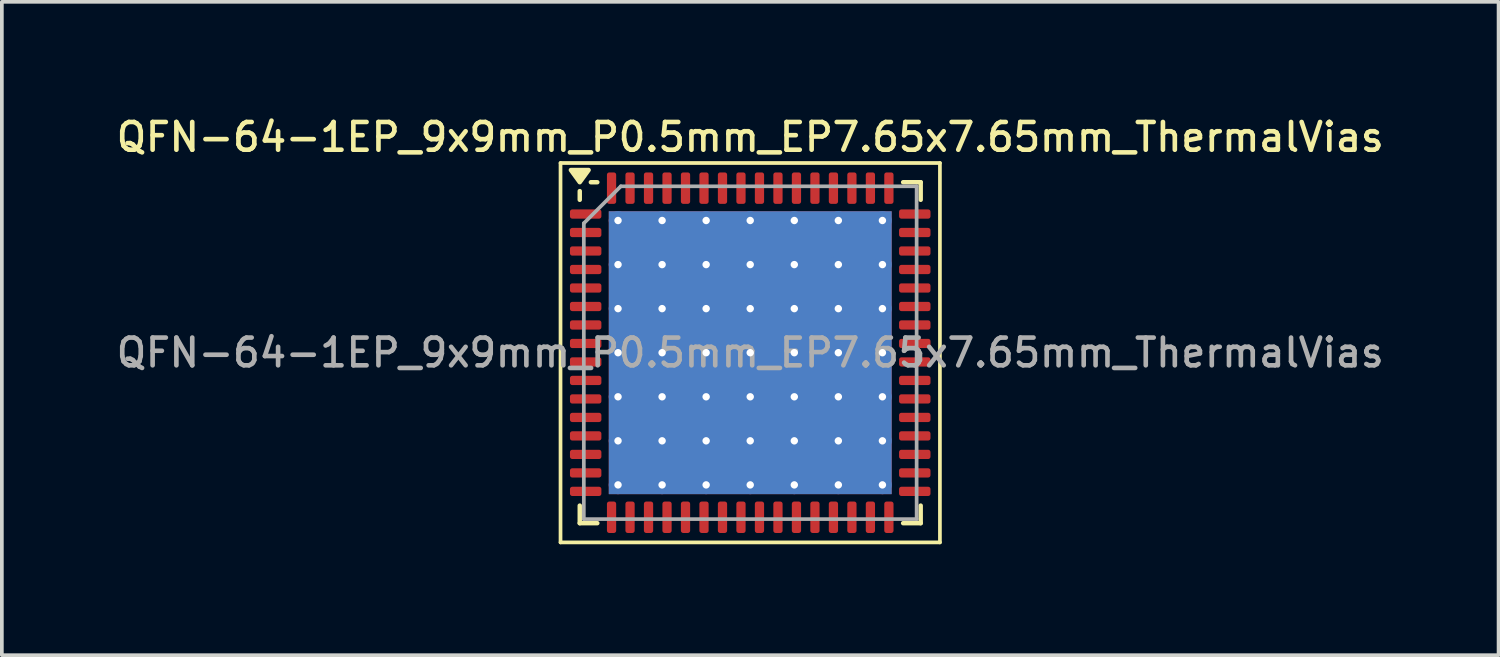
<source format=kicad_pcb>
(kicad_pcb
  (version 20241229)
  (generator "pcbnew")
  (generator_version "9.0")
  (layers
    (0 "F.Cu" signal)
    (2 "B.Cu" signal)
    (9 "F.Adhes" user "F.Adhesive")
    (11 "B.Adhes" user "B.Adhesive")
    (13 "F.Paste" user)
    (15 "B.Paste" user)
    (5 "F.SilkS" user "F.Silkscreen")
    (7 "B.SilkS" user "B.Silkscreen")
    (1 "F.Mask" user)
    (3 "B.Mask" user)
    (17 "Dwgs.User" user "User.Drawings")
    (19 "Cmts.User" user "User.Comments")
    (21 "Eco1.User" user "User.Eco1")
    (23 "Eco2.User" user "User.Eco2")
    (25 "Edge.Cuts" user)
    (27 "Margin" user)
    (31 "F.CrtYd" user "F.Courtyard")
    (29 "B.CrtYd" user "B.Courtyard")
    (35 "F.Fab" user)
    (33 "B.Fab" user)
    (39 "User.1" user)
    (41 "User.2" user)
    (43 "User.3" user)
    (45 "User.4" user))
  (footprint "QFN-64-1EP_9x9mm_P0.5mm_EP7.65x7.65mm_ThermalVias"
    (layer "F.Cu")
    (at 17.238 6.488)
    (property "Reference" "QFN-64-1EP_9x9mm_P0.5mm_EP7.65x7.65mm_ThermalVias" (at 0 -5.83 0) (layer "F.SilkS") (effects (font (size 0.75 0.75) (thickness 0.125))))
    (attr smd)
    (fp_line (start -5.13 -5.13) (end -5.13 5.13) (stroke (width 0.1) (type solid)) (layer "F.SilkS"))
    (fp_line (start -5.13 5.13) (end 5.13 5.13) (stroke (width 0.1) (type solid)) (layer "F.SilkS"))
    (fp_line (start -4.61 -4.135) (end -4.61 -4.37) (stroke (width 0.12) (type solid)) (layer "F.SilkS"))
    (fp_line (start -4.61 4.61) (end -4.61 4.135) (stroke (width 0.12) (type solid)) (layer "F.SilkS"))
    (fp_line (start -4.135 -4.61) (end -4.31 -4.61) (stroke (width 0.12) (type solid)) (layer "F.SilkS"))
    (fp_line (start -4.135 4.61) (end -4.61 4.61) (stroke (width 0.12) (type solid)) (layer "F.SilkS"))
    (fp_line (start 4.135 -4.61) (end 4.61 -4.61) (stroke (width 0.12) (type solid)) (layer "F.SilkS"))
    (fp_line (start 4.135 4.61) (end 4.61 4.61) (stroke (width 0.12) (type solid)) (layer "F.SilkS"))
    (fp_line (start 4.61 -4.61) (end 4.61 -4.135) (stroke (width 0.12) (type solid)) (layer "F.SilkS"))
    (fp_line (start 4.61 4.61) (end 4.61 4.135) (stroke (width 0.12) (type solid)) (layer "F.SilkS"))
    (fp_line (start 5.13 -5.13) (end -5.13 -5.13) (stroke (width 0.1) (type solid)) (layer "F.SilkS"))
    (fp_line (start 5.13 5.13) (end 5.13 -5.13) (stroke (width 0.1) (type solid)) (layer "F.SilkS"))
    (fp_poly (pts (xy -4.61 -4.61) (xy -4.85 -4.94) (xy -4.37 -4.94) (xy -4.61 -4.61)) (stroke (width 0.12) (type solid)) (fill yes) (layer "F.SilkS"))
    (fp_line (start -4.5 -3.5) (end -3.5 -4.5) (stroke (width 0.1) (type solid)) (layer "F.Fab"))
    (fp_line (start -4.5 4.5) (end -4.5 -3.5) (stroke (width 0.1) (type solid)) (layer "F.Fab"))
    (fp_line (start -3.5 -4.5) (end 4.5 -4.5) (stroke (width 0.1) (type solid)) (layer "F.Fab"))
    (fp_line (start 4.5 -4.5) (end 4.5 4.5) (stroke (width 0.1) (type solid)) (layer "F.Fab"))
    (fp_line (start 4.5 4.5) (end -4.5 4.5) (stroke (width 0.1) (type solid)) (layer "F.Fab"))
    (fp_text user "${REFERENCE}" (at 0 0 0) (layer "F.Fab") (effects (font (size 0.75 0.75) (thickness 0.125))))
    (pad "" smd roundrect (at -2.979 -2.979) (size 1.028 1.028) (layers "F.Paste") (roundrect_rratio 0.243))
    (pad "" smd roundrect (at -2.979 -1.788) (size 1.028 1.028) (layers "F.Paste") (roundrect_rratio 0.243))
    (pad "" smd roundrect (at -2.979 -0.596) (size 1.028 1.028) (layers "F.Paste") (roundrect_rratio 0.243))
    (pad "" smd roundrect (at -2.979 0.596) (size 1.028 1.028) (layers "F.Paste") (roundrect_rratio 0.243))
    (pad "" smd roundrect (at -2.979 1.788) (size 1.028 1.028) (layers "F.Paste") (roundrect_rratio 0.243))
    (pad "" smd roundrect (at -2.979 2.979) (size 1.028 1.028) (layers "F.Paste") (roundrect_rratio 0.243))
    (pad "" smd roundrect (at -1.788 -2.979) (size 1.028 1.028) (layers "F.Paste") (roundrect_rratio 0.243))
    (pad "" smd roundrect (at -1.788 -1.788) (size 1.028 1.028) (layers "F.Paste") (roundrect_rratio 0.243))
    (pad "" smd roundrect (at -1.788 -0.596) (size 1.028 1.028) (layers "F.Paste") (roundrect_rratio 0.243))
    (pad "" smd roundrect (at -1.788 0.596) (size 1.028 1.028) (layers "F.Paste") (roundrect_rratio 0.243))
    (pad "" smd roundrect (at -1.788 1.788) (size 1.028 1.028) (layers "F.Paste") (roundrect_rratio 0.243))
    (pad "" smd roundrect (at -1.788 2.979) (size 1.028 1.028) (layers "F.Paste") (roundrect_rratio 0.243))
    (pad "" smd roundrect (at -0.596 -2.979) (size 1.028 1.028) (layers "F.Paste") (roundrect_rratio 0.243))
    (pad "" smd roundrect (at -0.596 -1.788) (size 1.028 1.028) (layers "F.Paste") (roundrect_rratio 0.243))
    (pad "" smd roundrect (at -0.596 -0.596) (size 1.028 1.028) (layers "F.Paste") (roundrect_rratio 0.243))
    (pad "" smd roundrect (at -0.596 0.596) (size 1.028 1.028) (layers "F.Paste") (roundrect_rratio 0.243))
    (pad "" smd roundrect (at -0.596 1.788) (size 1.028 1.028) (layers "F.Paste") (roundrect_rratio 0.243))
    (pad "" smd roundrect (at -0.596 2.979) (size 1.028 1.028) (layers "F.Paste") (roundrect_rratio 0.243))
    (pad "" smd roundrect (at 0.596 -2.979) (size 1.028 1.028) (layers "F.Paste") (roundrect_rratio 0.243))
    (pad "" smd roundrect (at 0.596 -1.788) (size 1.028 1.028) (layers "F.Paste") (roundrect_rratio 0.243))
    (pad "" smd roundrect (at 0.596 -0.596) (size 1.028 1.028) (layers "F.Paste") (roundrect_rratio 0.243))
    (pad "" smd roundrect (at 0.596 0.596) (size 1.028 1.028) (layers "F.Paste") (roundrect_rratio 0.243))
    (pad "" smd roundrect (at 0.596 1.788) (size 1.028 1.028) (layers "F.Paste") (roundrect_rratio 0.243))
    (pad "" smd roundrect (at 0.596 2.979) (size 1.028 1.028) (layers "F.Paste") (roundrect_rratio 0.243))
    (pad "" smd roundrect (at 1.788 -2.979) (size 1.028 1.028) (layers "F.Paste") (roundrect_rratio 0.243))
    (pad "" smd roundrect (at 1.788 -1.788) (size 1.028 1.028) (layers "F.Paste") (roundrect_rratio 0.243))
    (pad "" smd roundrect (at 1.788 -0.596) (size 1.028 1.028) (layers "F.Paste") (roundrect_rratio 0.243))
    (pad "" smd roundrect (at 1.788 0.596) (size 1.028 1.028) (layers "F.Paste") (roundrect_rratio 0.243))
    (pad "" smd roundrect (at 1.788 1.788) (size 1.028 1.028) (layers "F.Paste") (roundrect_rratio 0.243))
    (pad "" smd roundrect (at 1.788 2.979) (size 1.028 1.028) (layers "F.Paste") (roundrect_rratio 0.243))
    (pad "" smd roundrect (at 2.979 -2.979) (size 1.028 1.028) (layers "F.Paste") (roundrect_rratio 0.243))
    (pad "" smd roundrect (at 2.979 -1.788) (size 1.028 1.028) (layers "F.Paste") (roundrect_rratio 0.243))
    (pad "" smd roundrect (at 2.979 -0.596) (size 1.028 1.028) (layers "F.Paste") (roundrect_rratio 0.243))
    (pad "" smd roundrect (at 2.979 0.596) (size 1.028 1.028) (layers "F.Paste") (roundrect_rratio 0.243))
    (pad "" smd roundrect (at 2.979 1.788) (size 1.028 1.028) (layers "F.Paste") (roundrect_rratio 0.243))
    (pad "" smd roundrect (at 2.979 2.979) (size 1.028 1.028) (layers "F.Paste") (roundrect_rratio 0.243))
    (pad "1" smd roundrect (at -4.45 -3.75) (size 0.85 0.25) (layers "F.Cu" "F.Mask" "F.Paste") (roundrect_rratio 0.25))
    (pad "2" smd roundrect (at -4.45 -3.25) (size 0.85 0.25) (layers "F.Cu" "F.Mask" "F.Paste") (roundrect_rratio 0.25))
    (pad "3" smd roundrect (at -4.45 -2.75) (size 0.85 0.25) (layers "F.Cu" "F.Mask" "F.Paste") (roundrect_rratio 0.25))
    (pad "4" smd roundrect (at -4.45 -2.25) (size 0.85 0.25) (layers "F.Cu" "F.Mask" "F.Paste") (roundrect_rratio 0.25))
    (pad "5" smd roundrect (at -4.45 -1.75) (size 0.85 0.25) (layers "F.Cu" "F.Mask" "F.Paste") (roundrect_rratio 0.25))
    (pad "6" smd roundrect (at -4.45 -1.25) (size 0.85 0.25) (layers "F.Cu" "F.Mask" "F.Paste") (roundrect_rratio 0.25))
    (pad "7" smd roundrect (at -4.45 -0.75) (size 0.85 0.25) (layers "F.Cu" "F.Mask" "F.Paste") (roundrect_rratio 0.25))
    (pad "8" smd roundrect (at -4.45 -0.25) (size 0.85 0.25) (layers "F.Cu" "F.Mask" "F.Paste") (roundrect_rratio 0.25))
    (pad "9" smd roundrect (at -4.45 0.25) (size 0.85 0.25) (layers "F.Cu" "F.Mask" "F.Paste") (roundrect_rratio 0.25))
    (pad "10" smd roundrect (at -4.45 0.75) (size 0.85 0.25) (layers "F.Cu" "F.Mask" "F.Paste") (roundrect_rratio 0.25))
    (pad "11" smd roundrect (at -4.45 1.25) (size 0.85 0.25) (layers "F.Cu" "F.Mask" "F.Paste") (roundrect_rratio 0.25))
    (pad "12" smd roundrect (at -4.45 1.75) (size 0.85 0.25) (layers "F.Cu" "F.Mask" "F.Paste") (roundrect_rratio 0.25))
    (pad "13" smd roundrect (at -4.45 2.25) (size 0.85 0.25) (layers "F.Cu" "F.Mask" "F.Paste") (roundrect_rratio 0.25))
    (pad "14" smd roundrect (at -4.45 2.75) (size 0.85 0.25) (layers "F.Cu" "F.Mask" "F.Paste") (roundrect_rratio 0.25))
    (pad "15" smd roundrect (at -4.45 3.25) (size 0.85 0.25) (layers "F.Cu" "F.Mask" "F.Paste") (roundrect_rratio 0.25))
    (pad "16" smd roundrect (at -4.45 3.75) (size 0.85 0.25) (layers "F.Cu" "F.Mask" "F.Paste") (roundrect_rratio 0.25))
    (pad "17" smd roundrect (at -3.75 4.45) (size 0.25 0.85) (layers "F.Cu" "F.Mask" "F.Paste") (roundrect_rratio 0.25))
    (pad "18" smd roundrect (at -3.25 4.45) (size 0.25 0.85) (layers "F.Cu" "F.Mask" "F.Paste") (roundrect_rratio 0.25))
    (pad "19" smd roundrect (at -2.75 4.45) (size 0.25 0.85) (layers "F.Cu" "F.Mask" "F.Paste") (roundrect_rratio 0.25))
    (pad "20" smd roundrect (at -2.25 4.45) (size 0.25 0.85) (layers "F.Cu" "F.Mask" "F.Paste") (roundrect_rratio 0.25))
    (pad "21" smd roundrect (at -1.75 4.45) (size 0.25 0.85) (layers "F.Cu" "F.Mask" "F.Paste") (roundrect_rratio 0.25))
    (pad "22" smd roundrect (at -1.25 4.45) (size 0.25 0.85) (layers "F.Cu" "F.Mask" "F.Paste") (roundrect_rratio 0.25))
    (pad "23" smd roundrect (at -0.75 4.45) (size 0.25 0.85) (layers "F.Cu" "F.Mask" "F.Paste") (roundrect_rratio 0.25))
    (pad "24" smd roundrect (at -0.25 4.45) (size 0.25 0.85) (layers "F.Cu" "F.Mask" "F.Paste") (roundrect_rratio 0.25))
    (pad "25" smd roundrect (at 0.25 4.45) (size 0.25 0.85) (layers "F.Cu" "F.Mask" "F.Paste") (roundrect_rratio 0.25))
    (pad "26" smd roundrect (at 0.75 4.45) (size 0.25 0.85) (layers "F.Cu" "F.Mask" "F.Paste") (roundrect_rratio 0.25))
    (pad "27" smd roundrect (at 1.25 4.45) (size 0.25 0.85) (layers "F.Cu" "F.Mask" "F.Paste") (roundrect_rratio 0.25))
    (pad "28" smd roundrect (at 1.75 4.45) (size 0.25 0.85) (layers "F.Cu" "F.Mask" "F.Paste") (roundrect_rratio 0.25))
    (pad "29" smd roundrect (at 2.25 4.45) (size 0.25 0.85) (layers "F.Cu" "F.Mask" "F.Paste") (roundrect_rratio 0.25))
    (pad "30" smd roundrect (at 2.75 4.45) (size 0.25 0.85) (layers "F.Cu" "F.Mask" "F.Paste") (roundrect_rratio 0.25))
    (pad "31" smd roundrect (at 3.25 4.45) (size 0.25 0.85) (layers "F.Cu" "F.Mask" "F.Paste") (roundrect_rratio 0.25))
    (pad "32" smd roundrect (at 3.75 4.45) (size 0.25 0.85) (layers "F.Cu" "F.Mask" "F.Paste") (roundrect_rratio 0.25))
    (pad "33" smd roundrect (at 4.45 3.75) (size 0.85 0.25) (layers "F.Cu" "F.Mask" "F.Paste") (roundrect_rratio 0.25))
    (pad "34" smd roundrect (at 4.45 3.25) (size 0.85 0.25) (layers "F.Cu" "F.Mask" "F.Paste") (roundrect_rratio 0.25))
    (pad "35" smd roundrect (at 4.45 2.75) (size 0.85 0.25) (layers "F.Cu" "F.Mask" "F.Paste") (roundrect_rratio 0.25))
    (pad "36" smd roundrect (at 4.45 2.25) (size 0.85 0.25) (layers "F.Cu" "F.Mask" "F.Paste") (roundrect_rratio 0.25))
    (pad "37" smd roundrect (at 4.45 1.75) (size 0.85 0.25) (layers "F.Cu" "F.Mask" "F.Paste") (roundrect_rratio 0.25))
    (pad "38" smd roundrect (at 4.45 1.25) (size 0.85 0.25) (layers "F.Cu" "F.Mask" "F.Paste") (roundrect_rratio 0.25))
    (pad "39" smd roundrect (at 4.45 0.75) (size 0.85 0.25) (layers "F.Cu" "F.Mask" "F.Paste") (roundrect_rratio 0.25))
    (pad "40" smd roundrect (at 4.45 0.25) (size 0.85 0.25) (layers "F.Cu" "F.Mask" "F.Paste") (roundrect_rratio 0.25))
    (pad "41" smd roundrect (at 4.45 -0.25) (size 0.85 0.25) (layers "F.Cu" "F.Mask" "F.Paste") (roundrect_rratio 0.25))
    (pad "42" smd roundrect (at 4.45 -0.75) (size 0.85 0.25) (layers "F.Cu" "F.Mask" "F.Paste") (roundrect_rratio 0.25))
    (pad "43" smd roundrect (at 4.45 -1.25) (size 0.85 0.25) (layers "F.Cu" "F.Mask" "F.Paste") (roundrect_rratio 0.25))
    (pad "44" smd roundrect (at 4.45 -1.75) (size 0.85 0.25) (layers "F.Cu" "F.Mask" "F.Paste") (roundrect_rratio 0.25))
    (pad "45" smd roundrect (at 4.45 -2.25) (size 0.85 0.25) (layers "F.Cu" "F.Mask" "F.Paste") (roundrect_rratio 0.25))
    (pad "46" smd roundrect (at 4.45 -2.75) (size 0.85 0.25) (layers "F.Cu" "F.Mask" "F.Paste") (roundrect_rratio 0.25))
    (pad "47" smd roundrect (at 4.45 -3.25) (size 0.85 0.25) (layers "F.Cu" "F.Mask" "F.Paste") (roundrect_rratio 0.25))
    (pad "48" smd roundrect (at 4.45 -3.75) (size 0.85 0.25) (layers "F.Cu" "F.Mask" "F.Paste") (roundrect_rratio 0.25))
    (pad "49" smd roundrect (at 3.75 -4.45) (size 0.25 0.85) (layers "F.Cu" "F.Mask" "F.Paste") (roundrect_rratio 0.25))
    (pad "50" smd roundrect (at 3.25 -4.45) (size 0.25 0.85) (layers "F.Cu" "F.Mask" "F.Paste") (roundrect_rratio 0.25))
    (pad "51" smd roundrect (at 2.75 -4.45) (size 0.25 0.85) (layers "F.Cu" "F.Mask" "F.Paste") (roundrect_rratio 0.25))
    (pad "52" smd roundrect (at 2.25 -4.45) (size 0.25 0.85) (layers "F.Cu" "F.Mask" "F.Paste") (roundrect_rratio 0.25))
    (pad "53" smd roundrect (at 1.75 -4.45) (size 0.25 0.85) (layers "F.Cu" "F.Mask" "F.Paste") (roundrect_rratio 0.25))
    (pad "54" smd roundrect (at 1.25 -4.45) (size 0.25 0.85) (layers "F.Cu" "F.Mask" "F.Paste") (roundrect_rratio 0.25))
    (pad "55" smd roundrect (at 0.75 -4.45) (size 0.25 0.85) (layers "F.Cu" "F.Mask" "F.Paste") (roundrect_rratio 0.25))
    (pad "56" smd roundrect (at 0.25 -4.45) (size 0.25 0.85) (layers "F.Cu" "F.Mask" "F.Paste") (roundrect_rratio 0.25))
    (pad "57" smd roundrect (at -0.25 -4.45) (size 0.25 0.85) (layers "F.Cu" "F.Mask" "F.Paste") (roundrect_rratio 0.25))
    (pad "58" smd roundrect (at -0.75 -4.45) (size 0.25 0.85) (layers "F.Cu" "F.Mask" "F.Paste") (roundrect_rratio 0.25))
    (pad "59" smd roundrect (at -1.25 -4.45) (size 0.25 0.85) (layers "F.Cu" "F.Mask" "F.Paste") (roundrect_rratio 0.25))
    (pad "60" smd roundrect (at -1.75 -4.45) (size 0.25 0.85) (layers "F.Cu" "F.Mask" "F.Paste") (roundrect_rratio 0.25))
    (pad "61" smd roundrect (at -2.25 -4.45) (size 0.25 0.85) (layers "F.Cu" "F.Mask" "F.Paste") (roundrect_rratio 0.25))
    (pad "62" smd roundrect (at -2.75 -4.45) (size 0.25 0.85) (layers "F.Cu" "F.Mask" "F.Paste") (roundrect_rratio 0.25))
    (pad "63" smd roundrect (at -3.25 -4.45) (size 0.25 0.85) (layers "F.Cu" "F.Mask" "F.Paste") (roundrect_rratio 0.25))
    (pad "64" smd roundrect (at -3.75 -4.45) (size 0.25 0.85) (layers "F.Cu" "F.Mask" "F.Paste") (roundrect_rratio 0.25))
    (pad "65" thru_hole circle (at -3.575 -3.575) (size 0.5 0.5) (drill 0.2) (property pad_prop_heatsink) (layers "*.Cu"))
    (pad "65" thru_hole circle (at -3.575 -2.383) (size 0.5 0.5) (drill 0.2) (property pad_prop_heatsink) (layers "*.Cu"))
    (pad "65" thru_hole circle (at -3.575 -1.192) (size 0.5 0.5) (drill 0.2) (property pad_prop_heatsink) (layers "*.Cu"))
    (pad "65" thru_hole circle (at -3.575 0) (size 0.5 0.5) (drill 0.2) (property pad_prop_heatsink) (layers "*.Cu"))
    (pad "65" thru_hole circle (at -3.575 1.192) (size 0.5 0.5) (drill 0.2) (property pad_prop_heatsink) (layers "*.Cu"))
    (pad "65" thru_hole circle (at -3.575 2.383) (size 0.5 0.5) (drill 0.2) (property pad_prop_heatsink) (layers "*.Cu"))
    (pad "65" thru_hole circle (at -3.575 3.575) (size 0.5 0.5) (drill 0.2) (property pad_prop_heatsink) (layers "*.Cu"))
    (pad "65" thru_hole circle (at -2.383 -3.575) (size 0.5 0.5) (drill 0.2) (property pad_prop_heatsink) (layers "*.Cu"))
    (pad "65" thru_hole circle (at -2.383 -2.383) (size 0.5 0.5) (drill 0.2) (property pad_prop_heatsink) (layers "*.Cu"))
    (pad "65" thru_hole circle (at -2.383 -1.192) (size 0.5 0.5) (drill 0.2) (property pad_prop_heatsink) (layers "*.Cu"))
    (pad "65" thru_hole circle (at -2.383 0) (size 0.5 0.5) (drill 0.2) (property pad_prop_heatsink) (layers "*.Cu"))
    (pad "65" thru_hole circle (at -2.383 1.192) (size 0.5 0.5) (drill 0.2) (property pad_prop_heatsink) (layers "*.Cu"))
    (pad "65" thru_hole circle (at -2.383 2.383) (size 0.5 0.5) (drill 0.2) (property pad_prop_heatsink) (layers "*.Cu"))
    (pad "65" thru_hole circle (at -2.383 3.575) (size 0.5 0.5) (drill 0.2) (property pad_prop_heatsink) (layers "*.Cu"))
    (pad "65" thru_hole circle (at -1.192 -3.575) (size 0.5 0.5) (drill 0.2) (property pad_prop_heatsink) (layers "*.Cu"))
    (pad "65" thru_hole circle (at -1.192 -2.383) (size 0.5 0.5) (drill 0.2) (property pad_prop_heatsink) (layers "*.Cu"))
    (pad "65" thru_hole circle (at -1.192 -1.192) (size 0.5 0.5) (drill 0.2) (property pad_prop_heatsink) (layers "*.Cu"))
    (pad "65" thru_hole circle (at -1.192 0) (size 0.5 0.5) (drill 0.2) (property pad_prop_heatsink) (layers "*.Cu"))
    (pad "65" thru_hole circle (at -1.192 1.192) (size 0.5 0.5) (drill 0.2) (property pad_prop_heatsink) (layers "*.Cu"))
    (pad "65" thru_hole circle (at -1.192 2.383) (size 0.5 0.5) (drill 0.2) (property pad_prop_heatsink) (layers "*.Cu"))
    (pad "65" thru_hole circle (at -1.192 3.575) (size 0.5 0.5) (drill 0.2) (property pad_prop_heatsink) (layers "*.Cu"))
    (pad "65" thru_hole circle (at 0 -3.575) (size 0.5 0.5) (drill 0.2) (property pad_prop_heatsink) (layers "*.Cu"))
    (pad "65" thru_hole circle (at 0 -2.383) (size 0.5 0.5) (drill 0.2) (property pad_prop_heatsink) (layers "*.Cu"))
    (pad "65" thru_hole circle (at 0 -1.192) (size 0.5 0.5) (drill 0.2) (property pad_prop_heatsink) (layers "*.Cu"))
    (pad "65" thru_hole circle (at 0 0) (size 0.5 0.5) (drill 0.2) (property pad_prop_heatsink) (layers "*.Cu"))
    (pad "65" smd rect (at 0 0) (size 7.65 7.65) (property pad_prop_heatsink) (layers "F.Cu" "F.Mask"))
    (pad "65" smd rect (at 0 0) (size 7.65 7.65) (property pad_prop_heatsink) (layers "B.Cu"))
    (pad "65" thru_hole circle (at 0 1.192) (size 0.5 0.5) (drill 0.2) (property pad_prop_heatsink) (layers "*.Cu"))
    (pad "65" thru_hole circle (at 0 2.383) (size 0.5 0.5) (drill 0.2) (property pad_prop_heatsink) (layers "*.Cu"))
    (pad "65" thru_hole circle (at 0 3.575) (size 0.5 0.5) (drill 0.2) (property pad_prop_heatsink) (layers "*.Cu"))
    (pad "65" thru_hole circle (at 1.192 -3.575) (size 0.5 0.5) (drill 0.2) (property pad_prop_heatsink) (layers "*.Cu"))
    (pad "65" thru_hole circle (at 1.192 -2.383) (size 0.5 0.5) (drill 0.2) (property pad_prop_heatsink) (layers "*.Cu"))
    (pad "65" thru_hole circle (at 1.192 -1.192) (size 0.5 0.5) (drill 0.2) (property pad_prop_heatsink) (layers "*.Cu"))
    (pad "65" thru_hole circle (at 1.192 0) (size 0.5 0.5) (drill 0.2) (property pad_prop_heatsink) (layers "*.Cu"))
    (pad "65" thru_hole circle (at 1.192 1.192) (size 0.5 0.5) (drill 0.2) (property pad_prop_heatsink) (layers "*.Cu"))
    (pad "65" thru_hole circle (at 1.192 2.383) (size 0.5 0.5) (drill 0.2) (property pad_prop_heatsink) (layers "*.Cu"))
    (pad "65" thru_hole circle (at 1.192 3.575) (size 0.5 0.5) (drill 0.2) (property pad_prop_heatsink) (layers "*.Cu"))
    (pad "65" thru_hole circle (at 2.383 -3.575) (size 0.5 0.5) (drill 0.2) (property pad_prop_heatsink) (layers "*.Cu"))
    (pad "65" thru_hole circle (at 2.383 -2.383) (size 0.5 0.5) (drill 0.2) (property pad_prop_heatsink) (layers "*.Cu"))
    (pad "65" thru_hole circle (at 2.383 -1.192) (size 0.5 0.5) (drill 0.2) (property pad_prop_heatsink) (layers "*.Cu"))
    (pad "65" thru_hole circle (at 2.383 0) (size 0.5 0.5) (drill 0.2) (property pad_prop_heatsink) (layers "*.Cu"))
    (pad "65" thru_hole circle (at 2.383 1.192) (size 0.5 0.5) (drill 0.2) (property pad_prop_heatsink) (layers "*.Cu"))
    (pad "65" thru_hole circle (at 2.383 2.383) (size 0.5 0.5) (drill 0.2) (property pad_prop_heatsink) (layers "*.Cu"))
    (pad "65" thru_hole circle (at 2.383 3.575) (size 0.5 0.5) (drill 0.2) (property pad_prop_heatsink) (layers "*.Cu"))
    (pad "65" thru_hole circle (at 3.575 -3.575) (size 0.5 0.5) (drill 0.2) (property pad_prop_heatsink) (layers "*.Cu"))
    (pad "65" thru_hole circle (at 3.575 -2.383) (size 0.5 0.5) (drill 0.2) (property pad_prop_heatsink) (layers "*.Cu"))
    (pad "65" thru_hole circle (at 3.575 -1.192) (size 0.5 0.5) (drill 0.2) (property pad_prop_heatsink) (layers "*.Cu"))
    (pad "65" thru_hole circle (at 3.575 0) (size 0.5 0.5) (drill 0.2) (property pad_prop_heatsink) (layers "*.Cu"))
    (pad "65" thru_hole circle (at 3.575 1.192) (size 0.5 0.5) (drill 0.2) (property pad_prop_heatsink) (layers "*.Cu"))
    (pad "65" thru_hole circle (at 3.575 2.383) (size 0.5 0.5) (drill 0.2) (property pad_prop_heatsink) (layers "*.Cu"))
    (pad "65" thru_hole circle (at 3.575 3.575) (size 0.5 0.5) (drill 0.2) (property pad_prop_heatsink) (layers "*.Cu")))
  (gr_rect
    (start -3 -3)
    (end 37.475 14.668)
    (stroke (width 0.1) (type default))
    (fill no)
    (layer "Edge.Cuts")))
</source>
